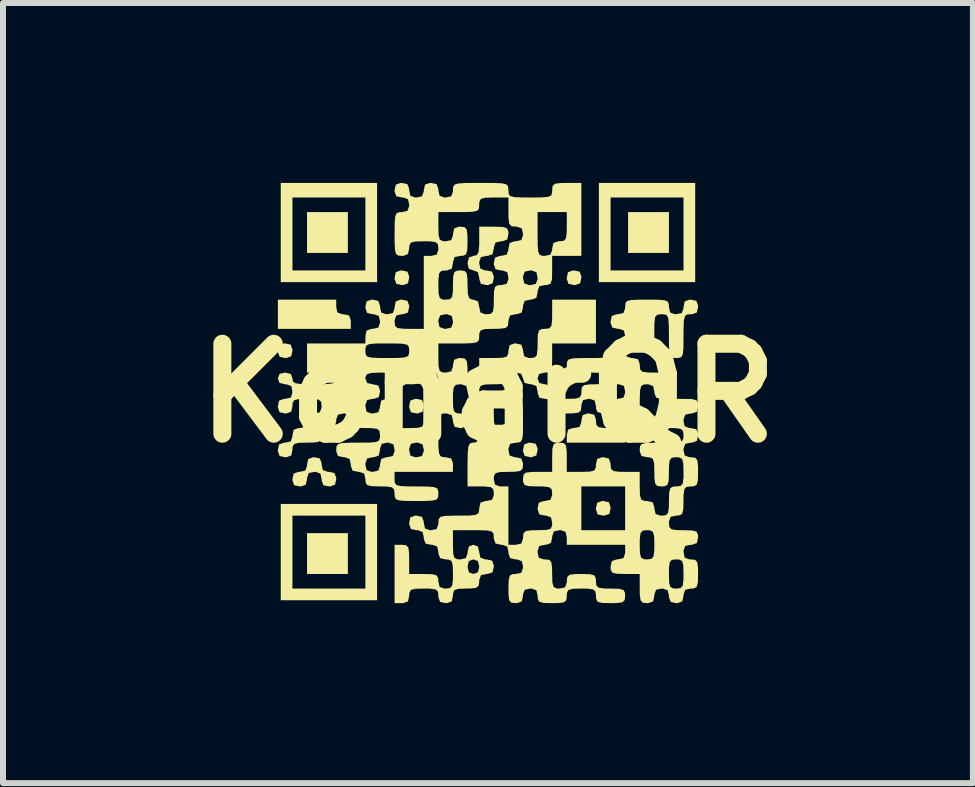
<source format=kicad_pcb>
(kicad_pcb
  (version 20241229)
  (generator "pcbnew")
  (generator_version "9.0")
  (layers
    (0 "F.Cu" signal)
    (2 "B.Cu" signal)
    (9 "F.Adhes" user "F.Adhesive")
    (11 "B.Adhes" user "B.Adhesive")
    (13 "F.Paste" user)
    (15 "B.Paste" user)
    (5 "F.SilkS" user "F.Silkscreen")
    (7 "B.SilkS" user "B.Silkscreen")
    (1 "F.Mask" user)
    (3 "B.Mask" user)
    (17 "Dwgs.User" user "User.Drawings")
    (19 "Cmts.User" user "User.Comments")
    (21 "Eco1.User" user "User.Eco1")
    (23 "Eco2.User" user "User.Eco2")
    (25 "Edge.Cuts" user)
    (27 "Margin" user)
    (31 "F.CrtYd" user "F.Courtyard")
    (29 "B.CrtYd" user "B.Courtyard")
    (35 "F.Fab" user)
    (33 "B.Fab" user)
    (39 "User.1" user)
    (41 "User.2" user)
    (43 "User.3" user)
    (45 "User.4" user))
  (footprint "KonarQR"
    (layer "F.Cu")
    (at 5.086 3.503)
    (property "Reference" "KonarQR" (at 0 0 0) (layer "F.SilkS") (effects (font (size 1.5 1.5) (thickness 0.3))))
    (attr board_only exclude_from_pos_files exclude_from_bom)
    (fp_poly (pts (xy -2.336 -2.676) (xy -2.336 -2.336) (xy -2.676 -2.336) (xy -3.017 -2.336) (xy -3.017 -2.676) (xy -3.017 -3.017) (xy -2.676 -3.017) (xy -2.336 -3.017)) (stroke (width 0) (type solid)) (fill yes) (layer "F.SilkS"))
    (fp_poly (pts (xy -2.336 2.676) (xy -2.336 3.017) (xy -2.676 3.017) (xy -3.017 3.017) (xy -3.017 2.676) (xy -3.017 2.336) (xy -2.676 2.336) (xy -2.336 2.336)) (stroke (width 0) (type solid)) (fill yes) (layer "F.SilkS"))
    (fp_poly (pts (xy 3.017 -2.676) (xy 3.017 -2.336) (xy 2.676 -2.336) (xy 2.336 -2.336) (xy 2.336 -2.676) (xy 2.336 -3.017) (xy 2.676 -3.017) (xy 3.017 -3.017)) (stroke (width 0) (type solid)) (fill yes) (layer "F.SilkS"))
    (fp_poly (pts (xy -3.289 -0.807) (xy -3.261 -0.728) (xy -3.26 -0.706) (xy -3.28 -0.613) (xy -3.359 -0.584) (xy -3.382 -0.584) (xy -3.474 -0.604) (xy -3.503 -0.683) (xy -3.503 -0.706) (xy -3.483 -0.798) (xy -3.404 -0.827) (xy -3.382 -0.827)) (stroke (width 0) (type solid)) (fill yes) (layer "F.SilkS"))
    (fp_poly (pts (xy -1.343 -2.024) (xy -1.314 -1.944) (xy -1.314 -1.922) (xy -1.334 -1.829) (xy -1.413 -1.801) (xy -1.435 -1.8) (xy -1.528 -1.82) (xy -1.557 -1.9) (xy -1.557 -1.922) (xy -1.537 -2.015) (xy -1.458 -2.043) (xy -1.435 -2.044)) (stroke (width 0) (type solid)) (fill yes) (layer "F.SilkS"))
    (fp_poly (pts (xy -1.1 0.117) (xy -1.071 0.197) (xy -1.07 0.219) (xy -1.091 0.312) (xy -1.17 0.34) (xy -1.192 0.341) (xy -1.285 0.321) (xy -1.313 0.241) (xy -1.314 0.219) (xy -1.294 0.126) (xy -1.215 0.098) (xy -1.192 0.097)) (stroke (width 0) (type solid)) (fill yes) (layer "F.SilkS"))
    (fp_poly (pts (xy 0.798 0.847) (xy 0.827 0.926) (xy 0.827 0.949) (xy 0.807 1.041) (xy 0.728 1.07) (xy 0.706 1.07) (xy 0.613 1.05) (xy 0.584 0.971) (xy 0.584 0.949) (xy 0.604 0.856) (xy 0.683 0.828) (xy 0.706 0.827)) (stroke (width 0) (type solid)) (fill yes) (layer "F.SilkS"))
    (fp_poly (pts (xy 1.528 -2.024) (xy 1.557 -1.944) (xy 1.557 -1.922) (xy 1.537 -1.829) (xy 1.458 -1.801) (xy 1.435 -1.8) (xy 1.343 -1.82) (xy 1.314 -1.9) (xy 1.314 -1.922) (xy 1.334 -2.015) (xy 1.413 -2.043) (xy 1.435 -2.044)) (stroke (width 0) (type solid)) (fill yes) (layer "F.SilkS"))
    (fp_poly (pts (xy 2.015 1.82) (xy 2.043 1.9) (xy 2.044 1.922) (xy 2.024 2.015) (xy 1.944 2.043) (xy 1.922 2.044) (xy 1.829 2.024) (xy 1.801 1.944) (xy 1.8 1.922) (xy 1.82 1.829) (xy 1.9 1.801) (xy 1.922 1.8)) (stroke (width 0) (type solid)) (fill yes) (layer "F.SilkS"))
    (fp_poly (pts (xy -2.53 -1.435) (xy -2.51 -1.343) (xy -2.431 -1.314) (xy -2.409 -1.314) (xy -2.316 -1.294) (xy -2.287 -1.215) (xy -2.287 -1.192) (xy -2.287 -1.07) (xy -2.895 -1.07) (xy -3.503 -1.07) (xy -3.503 -1.314) (xy -3.503 -1.557) (xy -3.017 -1.557) (xy -2.53 -1.557)) (stroke (width 0) (type solid)) (fill yes) (layer "F.SilkS"))
    (fp_poly (pts (xy -1.849 2.652) (xy -1.849 3.455) (xy -2.652 3.455) (xy -3.455 3.455) (xy -3.455 2.652) (xy -3.26 2.652) (xy -3.26 3.26) (xy -2.652 3.26) (xy -2.044 3.26) (xy -2.044 2.652) (xy -2.044 2.044) (xy -2.652 2.044) (xy -3.26 2.044) (xy -3.26 2.652) (xy -3.455 2.652) (xy -3.455 1.849) (xy -2.652 1.849) (xy -1.849 1.849)) (stroke (width 0) (type solid)) (fill yes) (layer "F.SilkS"))
    (fp_poly (pts (xy -1.849 -2.676) (xy -1.849 -1.849) (xy -2.652 -1.849) (xy -3.455 -1.849) (xy -3.455 -2.652) (xy -3.26 -2.652) (xy -3.26 -2.044) (xy -2.652 -2.044) (xy -2.044 -2.044) (xy -2.044 -2.652) (xy -2.044 -3.26) (xy -2.652 -3.26) (xy -3.26 -3.26) (xy -3.26 -2.652) (xy -3.455 -2.652) (xy -3.455 -2.676) (xy -3.455 -3.503) (xy -2.652 -3.503) (xy -1.849 -3.503)) (stroke (width 0) (type solid)) (fill yes) (layer "F.SilkS"))
    (fp_poly (pts (xy 3.455 -2.676) (xy 3.455 -1.849) (xy 2.652 -1.849) (xy 1.849 -1.849) (xy 1.849 -2.652) (xy 2.044 -2.652) (xy 2.044 -2.044) (xy 2.652 -2.044) (xy 3.26 -2.044) (xy 3.26 -2.652) (xy 3.26 -3.26) (xy 2.652 -3.26) (xy 2.044 -3.26) (xy 2.044 -2.652) (xy 1.849 -2.652) (xy 1.849 -2.676) (xy 1.849 -3.503) (xy 2.652 -3.503) (xy 3.455 -3.503)) (stroke (width 0) (type solid)) (fill yes) (layer "F.SilkS"))
    (fp_poly (pts (xy 1.771 0.361) (xy 1.8 0.44) (xy 1.8 0.462) (xy 1.808 0.534) (xy 1.849 0.57) (xy 1.946 0.583) (xy 2.044 0.584) (xy 2.188 0.588) (xy 2.26 0.608) (xy 2.285 0.657) (xy 2.287 0.706) (xy 2.287 0.827) (xy 1.8 0.827) (xy 1.314 0.827) (xy 1.314 0.706) (xy 1.334 0.613) (xy 1.413 0.584) (xy 1.435 0.584) (xy 1.528 0.564) (xy 1.557 0.485) (xy 1.557 0.462) (xy 1.577 0.37) (xy 1.656 0.341) (xy 1.679 0.341)) (stroke (width 0) (type solid)) (fill yes) (layer "F.SilkS"))
    (fp_poly (pts (xy -2.803 1.091) (xy -2.774 1.17) (xy -2.774 1.192) (xy -2.753 1.285) (xy -2.674 1.313) (xy -2.652 1.314) (xy -2.559 1.334) (xy -2.531 1.413) (xy -2.53 1.435) (xy -2.55 1.528) (xy -2.629 1.557) (xy -2.652 1.557) (xy -2.745 1.537) (xy -2.773 1.458) (xy -2.774 1.435) (xy -2.794 1.343) (xy -2.873 1.314) (xy -2.895 1.314) (xy -2.988 1.334) (xy -3.016 1.413) (xy -3.017 1.435) (xy -3.037 1.528) (xy -3.116 1.557) (xy -3.139 1.557) (xy -3.231 1.537) (xy -3.26 1.458) (xy -3.26 1.435) (xy -3.24 1.343) (xy -3.161 1.314) (xy -3.139 1.314) (xy -3.046 1.294) (xy -3.017 1.215) (xy -3.017 1.192) (xy -2.997 1.1) (xy -2.918 1.071) (xy -2.895 1.07)) (stroke (width 0) (type solid)) (fill yes) (layer "F.SilkS"))
    (fp_poly (pts (xy 0.242 -2.77) (xy 0.314 -2.749) (xy 0.338 -2.701) (xy 0.341 -2.652) (xy 0.321 -2.559) (xy 0.241 -2.531) (xy 0.219 -2.53) (xy 0.126 -2.51) (xy 0.098 -2.431) (xy 0.097 -2.409) (xy 0.077 -2.316) (xy -0.002 -2.287) (xy -0.024 -2.287) (xy -0.117 -2.267) (xy -0.145 -2.188) (xy -0.146 -2.165) (xy -0.126 -2.073) (xy -0.047 -2.044) (xy -0.024 -2.044) (xy 0.068 -2.024) (xy 0.097 -1.944) (xy 0.097 -1.922) (xy 0.077 -1.829) (xy -0.002 -1.801) (xy -0.024 -1.8) (xy -0.117 -1.82) (xy -0.145 -1.9) (xy -0.146 -1.922) (xy -0.169 -2.017) (xy -0.243 -2.044) (xy -0.32 -2.072) (xy -0.341 -2.165) (xy -0.318 -2.261) (xy -0.243 -2.287) (xy -0.185 -2.3) (xy -0.156 -2.354) (xy -0.146 -2.474) (xy -0.146 -2.53) (xy -0.146 -2.774) (xy 0.097 -2.774)) (stroke (width 0) (type solid)) (fill yes) (layer "F.SilkS"))
    (fp_poly (pts (xy 1.557 -2.895) (xy 1.557 -2.287) (xy 1.314 -2.287) (xy 1.07 -2.287) (xy 1.07 -2.044) (xy 1.067 -1.899) (xy 1.046 -1.827) (xy 0.998 -1.803) (xy 0.949 -1.8) (xy 0.856 -1.78) (xy 0.828 -1.701) (xy 0.827 -1.679) (xy 0.807 -1.586) (xy 0.728 -1.558) (xy 0.706 -1.557) (xy 0.613 -1.537) (xy 0.584 -1.458) (xy 0.584 -1.435) (xy 0.564 -1.343) (xy 0.485 -1.314) (xy 0.462 -1.314) (xy 0.37 -1.294) (xy 0.341 -1.215) (xy 0.341 -1.192) (xy 0.333 -1.12) (xy 0.292 -1.084) (xy 0.195 -1.072) (xy 0.097 -1.07) (xy -0.047 -1.067) (xy -0.119 -1.046) (xy -0.144 -0.998) (xy -0.146 -0.949) (xy -0.151 -0.885) (xy -0.18 -0.849) (xy -0.255 -0.832) (xy -0.396 -0.827) (xy -0.487 -0.827) (xy -0.827 -0.827) (xy -0.827 -0.584) (xy -0.823 -0.44) (xy -0.803 -0.367) (xy -0.754 -0.343) (xy -0.706 -0.341) (xy -0.613 -0.361) (xy -0.584 -0.44) (xy -0.584 -0.462) (xy -0.564 -0.555) (xy -0.485 -0.583) (xy -0.462 -0.584) (xy -0.387 -0.575) (xy -0.352 -0.53) (xy -0.341 -0.424) (xy -0.341 -0.365) (xy -0.334 -0.228) (xy -0.308 -0.163) (xy -0.25 -0.146) (xy -0.243 -0.146) (xy -0.182 -0.16) (xy -0.154 -0.22) (xy -0.146 -0.349) (xy -0.146 -0.365) (xy -0.146 -0.584) (xy 0.097 -0.584) (xy 0.242 -0.588) (xy 0.314 -0.608) (xy 0.338 -0.657) (xy 0.341 -0.706) (xy 0.361 -0.798) (xy 0.44 -0.827) (xy 0.462 -0.827) (xy 0.555 -0.807) (xy 0.583 -0.728) (xy 0.584 -0.706) (xy 0.604 -0.613) (xy 0.683 -0.584) (xy 0.706 -0.584) (xy 0.778 -0.592) (xy 0.814 -0.632) (xy 0.826 -0.73) (xy 0.827 -0.827) (xy 0.831 -0.972) (xy 0.851 -1.044) (xy 0.9 -1.068) (xy 0.949 -1.07) (xy 1.021 -1.078) (xy 1.057 -1.119) (xy 1.069 -1.216) (xy 1.07 -1.314) (xy 1.07 -1.557) (xy 1.435 -1.557) (xy 1.8 -1.557) (xy 1.8 -1.192) (xy 1.8 -0.827) (xy 1.435 -0.827) (xy 1.07 -0.827) (xy 1.07 -0.584) (xy 1.067 -0.44) (xy 1.046 -0.367) (xy 0.998 -0.343) (xy 0.949 -0.341) (xy 0.853 -0.318) (xy 0.827 -0.243) (xy 0.856 -0.167) (xy 0.949 -0.146) (xy 1.041 -0.126) (xy 1.07 -0.047) (xy 1.07 -0.024) (xy 1.078 0.048) (xy 1.119 0.084) (xy 1.216 0.096) (xy 1.314 0.097) (xy 1.458 0.093) (xy 1.53 0.073) (xy 1.555 0.024) (xy 1.557 -0.024) (xy 2.044 -0.024) (xy 2.064 0.068) (xy 2.143 0.097) (xy 2.165 0.097) (xy 2.258 0.077) (xy 2.286 -0.002) (xy 2.287 -0.024) (xy 2.267 -0.117) (xy 2.188 -0.145) (xy 2.165 -0.146) (xy 2.073 -0.126) (xy 2.044 -0.047) (xy 2.044 -0.024) (xy 1.557 -0.024) (xy 1.565 -0.097) (xy 1.605 -0.133) (xy 1.703 -0.145) (xy 1.8 -0.146) (xy 1.946 -0.151) (xy 2.019 -0.173) (xy 2.043 -0.221) (xy 2.044 -0.243) (xy 2.035 -0.293) (xy 1.996 -0.322) (xy 1.906 -0.336) (xy 1.744 -0.34) (xy 1.679 -0.341) (xy 1.493 -0.342) (xy 1.384 -0.351) (xy 1.332 -0.375) (xy 1.315 -0.42) (xy 1.314 -0.462) (xy 1.318 -0.524) (xy 1.346 -0.56) (xy 1.416 -0.578) (xy 1.551 -0.583) (xy 1.679 -0.584) (xy 1.864 -0.585) (xy 1.973 -0.595) (xy 2.026 -0.618) (xy 2.042 -0.663) (xy 2.044 -0.706) (xy 2.064 -0.798) (xy 2.143 -0.827) (xy 2.165 -0.827) (xy 2.258 -0.847) (xy 2.286 -0.926) (xy 2.287 -0.949) (xy 2.267 -1.041) (xy 2.188 -1.07) (xy 2.165 -1.07) (xy 2.073 -1.091) (xy 2.044 -1.17) (xy 2.044 -1.192) (xy 2.064 -1.285) (xy 2.143 -1.313) (xy 2.165 -1.314) (xy 2.258 -1.334) (xy 2.286 -1.413) (xy 2.287 -1.435) (xy 2.292 -1.497) (xy 2.319 -1.534) (xy 2.389 -1.551) (xy 2.524 -1.557) (xy 2.652 -1.557) (xy 2.838 -1.556) (xy 2.946 -1.546) (xy 2.999 -1.523) (xy 3.016 -1.478) (xy 3.017 -1.435) (xy 3.037 -1.343) (xy 3.116 -1.314) (xy 3.139 -1.314) (xy 3.231 -1.334) (xy 3.26 -1.413) (xy 3.26 -1.435) (xy 3.28 -1.528) (xy 3.359 -1.557) (xy 3.382 -1.557) (xy 3.474 -1.537) (xy 3.503 -1.458) (xy 3.503 -1.435) (xy 3.483 -1.343) (xy 3.404 -1.314) (xy 3.382 -1.314) (xy 3.32 -1.309) (xy 3.284 -1.282) (xy 3.266 -1.211) (xy 3.261 -1.077) (xy 3.26 -0.949) (xy 3.259 -0.763) (xy 3.25 -0.654) (xy 3.226 -0.602) (xy 3.181 -0.585) (xy 3.139 -0.584) (xy 3.077 -0.588) (xy 3.04 -0.616) (xy 3.023 -0.686) (xy 3.017 -0.821) (xy 3.017 -0.949) (xy 3.015 -1.134) (xy 3.006 -1.243) (xy 2.983 -1.296) (xy 2.938 -1.312) (xy 2.895 -1.314) (xy 2.823 -1.306) (xy 2.787 -1.266) (xy 2.775 -1.168) (xy 2.774 -1.07) (xy 2.774 -0.827) (xy 2.53 -0.827) (xy 2.386 -0.823) (xy 2.314 -0.803) (xy 2.289 -0.754) (xy 2.287 -0.706) (xy 2.307 -0.613) (xy 2.386 -0.584) (xy 2.409 -0.584) (xy 2.501 -0.564) (xy 2.53 -0.485) (xy 2.53 -0.462) (xy 2.538 -0.39) (xy 2.578 -0.354) (xy 2.676 -0.342) (xy 2.774 -0.341) (xy 3.017 -0.341) (xy 3.017 -0.122) (xy 3.017 0.097) (xy 3.26 0.097) (xy 3.405 0.101) (xy 3.477 0.121) (xy 3.501 0.17) (xy 3.503 0.219) (xy 3.483 0.312) (xy 3.404 0.34) (xy 3.382 0.341) (xy 3.289 0.361) (xy 3.261 0.44) (xy 3.26 0.462) (xy 3.28 0.555) (xy 3.359 0.583) (xy 3.382 0.584) (xy 3.474 0.604) (xy 3.503 0.683) (xy 3.503 0.706) (xy 3.483 0.798) (xy 3.404 0.827) (xy 3.382 0.827) (xy 3.289 0.847) (xy 3.261 0.926) (xy 3.26 0.949) (xy 3.28 1.041) (xy 3.359 1.07) (xy 3.382 1.07) (xy 3.454 1.078) (xy 3.49 1.119) (xy 3.502 1.216) (xy 3.503 1.314) (xy 3.5 1.458) (xy 3.479 1.53) (xy 3.431 1.555) (xy 3.382 1.557) (xy 3.31 1.565) (xy 3.274 1.605) (xy 3.261 1.703) (xy 3.26 1.8) (xy 3.256 1.945) (xy 3.236 2.017) (xy 3.187 2.041) (xy 3.139 2.044) (xy 3.046 2.064) (xy 3.017 2.143) (xy 3.017 2.165) (xy 3.025 2.238) (xy 3.065 2.274) (xy 3.163 2.286) (xy 3.26 2.287) (xy 3.405 2.291) (xy 3.477 2.311) (xy 3.501 2.36) (xy 3.503 2.409) (xy 3.483 2.501) (xy 3.404 2.53) (xy 3.382 2.53) (xy 3.289 2.55) (xy 3.261 2.629) (xy 3.26 2.652) (xy 3.28 2.745) (xy 3.359 2.773) (xy 3.382 2.774) (xy 3.454 2.781) (xy 3.49 2.822) (xy 3.502 2.919) (xy 3.503 3.017) (xy 3.5 3.161) (xy 3.479 3.233) (xy 3.431 3.258) (xy 3.382 3.26) (xy 3.289 3.28) (xy 3.261 3.359) (xy 3.26 3.382) (xy 3.24 3.474) (xy 3.161 3.503) (xy 3.139 3.503) (xy 3.046 3.483) (xy 3.017 3.404) (xy 3.017 3.382) (xy 2.997 3.289) (xy 2.918 3.261) (xy 2.895 3.26) (xy 2.803 3.28) (xy 2.774 3.359) (xy 2.774 3.382) (xy 2.753 3.474) (xy 2.674 3.503) (xy 2.652 3.503) (xy 2.58 3.496) (xy 2.544 3.455) (xy 2.531 3.358) (xy 2.53 3.26) (xy 2.53 3.017) (xy 3.017 3.017) (xy 3.021 3.161) (xy 3.041 3.233) (xy 3.09 3.258) (xy 3.139 3.26) (xy 3.211 3.252) (xy 3.247 3.212) (xy 3.259 3.114) (xy 3.26 3.017) (xy 3.256 2.872) (xy 3.236 2.8) (xy 3.187 2.776) (xy 3.139 2.774) (xy 3.066 2.781) (xy 3.03 2.822) (xy 3.018 2.919) (xy 3.017 3.017) (xy 2.53 3.017) (xy 2.287 3.017) (xy 2.143 3.013) (xy 2.071 2.993) (xy 2.046 2.944) (xy 2.044 2.895) (xy 2.064 2.803) (xy 2.143 2.774) (xy 2.165 2.774) (xy 2.258 2.753) (xy 2.286 2.674) (xy 2.287 2.652) (xy 2.287 2.53) (xy 2.53 2.53) (xy 2.534 2.675) (xy 2.554 2.747) (xy 2.603 2.771) (xy 2.652 2.774) (xy 2.724 2.766) (xy 2.76 2.725) (xy 2.772 2.628) (xy 2.774 2.53) (xy 2.77 2.386) (xy 2.749 2.314) (xy 2.701 2.289) (xy 2.652 2.287) (xy 2.58 2.295) (xy 2.544 2.335) (xy 2.531 2.433) (xy 2.53 2.53) (xy 2.287 2.53) (xy 1.8 2.53) (xy 1.314 2.53) (xy 1.314 2.409) (xy 1.294 2.316) (xy 1.215 2.287) (xy 1.192 2.287) (xy 1.1 2.307) (xy 1.071 2.386) (xy 1.07 2.409) (xy 1.05 2.501) (xy 0.971 2.53) (xy 0.949 2.53) (xy 0.856 2.55) (xy 0.828 2.629) (xy 0.827 2.652) (xy 0.847 2.745) (xy 0.926 2.773) (xy 0.949 2.774) (xy 1.021 2.781) (xy 1.057 2.822) (xy 1.069 2.919) (xy 1.07 3.017) (xy 1.074 3.161) (xy 1.095 3.233) (xy 1.143 3.258) (xy 1.192 3.26) (xy 1.285 3.24) (xy 1.313 3.161) (xy 1.314 3.139) (xy 1.322 3.066) (xy 1.362 3.03) (xy 1.459 3.018) (xy 1.557 3.017) (xy 1.701 3.021) (xy 1.774 3.041) (xy 1.798 3.09) (xy 1.8 3.139) (xy 1.808 3.211) (xy 1.849 3.247) (xy 1.946 3.259) (xy 2.044 3.26) (xy 2.188 3.264) (xy 2.26 3.284) (xy 2.285 3.333) (xy 2.287 3.382) (xy 2.279 3.454) (xy 2.239 3.49) (xy 2.141 3.502) (xy 2.044 3.503) (xy 1.899 3.5) (xy 1.827 3.479) (xy 1.803 3.431) (xy 1.8 3.382) (xy 1.792 3.31) (xy 1.752 3.274) (xy 1.655 3.261) (xy 1.557 3.26) (xy 1.413 3.264) (xy 1.341 3.284) (xy 1.316 3.333) (xy 1.314 3.382) (xy 1.306 3.454) (xy 1.266 3.49) (xy 1.168 3.502) (xy 1.07 3.503) (xy 0.926 3.5) (xy 0.854 3.479) (xy 0.83 3.431) (xy 0.827 3.382) (xy 0.807 3.289) (xy 0.728 3.261) (xy 0.706 3.26) (xy 0.613 3.28) (xy 0.584 3.359) (xy 0.584 3.382) (xy 0.564 3.474) (xy 0.485 3.503) (xy 0.462 3.503) (xy 0.39 3.496) (xy 0.354 3.455) (xy 0.342 3.358) (xy 0.341 3.26) (xy 0.345 3.116) (xy 0.365 3.044) (xy 0.413 3.019) (xy 0.462 3.017) (xy 0.555 2.997) (xy 0.583 2.918) (xy 0.584 2.895) (xy 0.564 2.803) (xy 0.485 2.774) (xy 0.462 2.774) (xy 0.37 2.753) (xy 0.341 2.674) (xy 0.341 2.652) (xy 0.321 2.559) (xy 0.241 2.531) (xy 0.219 2.53) (xy 0.126 2.51) (xy 0.098 2.431) (xy 0.097 2.409) (xy 0.092 2.345) (xy 0.063 2.309) (xy -0.011 2.292) (xy -0.152 2.287) (xy -0.243 2.287) (xy -0.584 2.287) (xy -0.584 2.53) (xy -0.58 2.675) (xy -0.56 2.747) (xy -0.511 2.771) (xy -0.462 2.774) (xy -0.37 2.753) (xy -0.341 2.674) (xy -0.341 2.652) (xy -0.318 2.557) (xy -0.243 2.53) (xy -0.167 2.559) (xy -0.146 2.652) (xy -0.126 2.745) (xy -0.047 2.773) (xy -0.024 2.774) (xy 0.068 2.794) (xy 0.097 2.873) (xy 0.097 2.895) (xy 0.077 2.988) (xy -0.002 3.016) (xy -0.024 3.017) (xy -0.117 3.037) (xy -0.145 3.116) (xy -0.146 3.139) (xy -0.155 3.214) (xy -0.2 3.249) (xy -0.306 3.26) (xy -0.365 3.26) (xy -0.5 3.265) (xy -0.564 3.29) (xy -0.583 3.349) (xy -0.584 3.382) (xy -0.604 3.474) (xy -0.683 3.503) (xy -0.706 3.503) (xy -0.798 3.483) (xy -0.827 3.404) (xy -0.827 3.382) (xy -0.835 3.31) (xy -0.875 3.274) (xy -0.973 3.261) (xy -1.07 3.26) (xy -1.215 3.264) (xy -1.287 3.284) (xy -1.311 3.333) (xy -1.314 3.382) (xy -1.334 3.474) (xy -1.413 3.503) (xy -1.435 3.503) (xy -1.557 3.503) (xy -1.557 3.017) (xy -1.557 2.53) (xy -1.435 2.53) (xy -1.363 2.538) (xy -1.327 2.578) (xy -1.315 2.676) (xy -1.314 2.774) (xy -1.314 3.017) (xy -1.07 3.017) (xy -0.926 3.021) (xy -0.854 3.041) (xy -0.83 3.09) (xy -0.827 3.139) (xy -0.807 3.231) (xy -0.728 3.26) (xy -0.706 3.26) (xy -0.633 3.252) (xy -0.597 3.212) (xy -0.585 3.114) (xy -0.584 3.017) (xy -0.587 2.895) (xy -0.341 2.895) (xy -0.318 2.991) (xy -0.243 3.017) (xy -0.167 2.988) (xy -0.146 2.895) (xy -0.169 2.8) (xy -0.243 2.774) (xy -0.32 2.802) (xy -0.341 2.895) (xy -0.587 2.895) (xy -0.588 2.872) (xy -0.608 2.8) (xy -0.657 2.776) (xy -0.706 2.774) (xy -0.798 2.753) (xy -0.827 2.674) (xy -0.827 2.652) (xy -0.847 2.559) (xy -0.926 2.531) (xy -0.949 2.53) (xy -1.041 2.51) (xy -1.07 2.431) (xy -1.07 2.409) (xy -1.091 2.316) (xy -1.17 2.287) (xy -1.192 2.287) (xy -1.285 2.267) (xy -1.313 2.188) (xy -1.314 2.165) (xy -1.294 2.073) (xy -1.215 2.044) (xy -1.192 2.044) (xy -1.1 2.064) (xy -1.071 2.143) (xy -1.07 2.165) (xy -1.05 2.258) (xy -0.971 2.286) (xy -0.949 2.287) (xy -0.856 2.267) (xy -0.828 2.188) (xy -0.827 2.165) (xy -0.822 2.102) (xy -0.793 2.065) (xy -0.719 2.049) (xy -0.577 2.044) (xy -0.487 2.044) (xy -0.309 2.042) (xy -0.207 2.031) (xy -0.16 2.005) (xy -0.147 1.954) (xy -0.146 1.922) (xy -0.126 1.829) (xy -0.047 1.801) (xy -0.024 1.8) (xy 0.068 1.78) (xy 0.097 1.701) (xy 0.097 1.679) (xy 0.088 1.604) (xy 0.044 1.568) (xy -0.063 1.558) (xy -0.122 1.557) (xy -0.341 1.557) (xy -0.341 1.192) (xy -0.338 1.006) (xy -0.328 0.896) (xy -0.304 0.844) (xy -0.261 0.828) (xy -0.243 0.827) (xy -0.194 0.819) (xy -0.164 0.779) (xy -0.15 0.689) (xy -0.146 0.528) (xy -0.146 0.462) (xy -0.148 0.276) (xy -0.159 0.166) (xy -0.183 0.114) (xy -0.226 0.098) (xy -0.243 0.097) (xy -0.32 0.069) (xy -0.341 -0.024) (xy -0.146 -0.024) (xy -0.126 0.068) (xy -0.047 0.097) (xy -0.024 0.097) (xy 0.048 0.105) (xy 0.084 0.145) (xy 0.096 0.243) (xy 0.097 0.341) (xy 0.101 0.485) (xy 0.121 0.557) (xy 0.17 0.582) (xy 0.219 0.584) (xy 0.291 0.576) (xy 0.327 0.536) (xy 0.339 0.438) (xy 0.341 0.341) (xy 0.345 0.196) (xy 0.365 0.124) (xy 0.413 0.1) (xy 0.462 0.097) (xy 0.524 0.102) (xy 0.56 0.129) (xy 0.578 0.2) (xy 0.583 0.334) (xy 0.584 0.462) (xy 0.582 0.648) (xy 0.573 0.757) (xy 0.55 0.809) (xy 0.505 0.826) (xy 0.462 0.827) (xy 0.37 0.847) (xy 0.341 0.926) (xy 0.341 0.949) (xy 0.361 1.041) (xy 0.44 1.07) (xy 0.462 1.07) (xy 0.555 1.091) (xy 0.583 1.17) (xy 0.584 1.192) (xy 0.576 1.264) (xy 0.536 1.3) (xy 0.438 1.313) (xy 0.341 1.314) (xy 0.196 1.318) (xy 0.124 1.338) (xy 0.1 1.387) (xy 0.097 1.435) (xy 0.117 1.528) (xy 0.197 1.557) (xy 0.219 1.557) (xy 0.341 1.557) (xy 0.341 2.044) (xy 0.341 2.53) (xy 0.462 2.53) (xy 0.555 2.51) (xy 0.583 2.431) (xy 0.584 2.409) (xy 0.592 2.336) (xy 0.632 2.3) (xy 0.73 2.288) (xy 0.827 2.287) (xy 0.972 2.283) (xy 1.044 2.263) (xy 1.068 2.214) (xy 1.07 2.165) (xy 1.05 2.073) (xy 0.971 2.044) (xy 0.949 2.044) (xy 0.856 2.024) (xy 0.828 1.944) (xy 0.827 1.922) (xy 1.557 1.922) (xy 1.557 2.287) (xy 1.922 2.287) (xy 2.287 2.287) (xy 2.287 1.922) (xy 2.287 1.557) (xy 1.922 1.557) (xy 1.557 1.557) (xy 1.557 1.922) (xy 0.827 1.922) (xy 0.847 1.829) (xy 0.926 1.801) (xy 0.949 1.8) (xy 1.041 1.78) (xy 1.07 1.701) (xy 1.07 1.679) (xy 1.063 1.607) (xy 1.022 1.571) (xy 0.925 1.558) (xy 0.827 1.557) (xy 0.683 1.553) (xy 0.611 1.533) (xy 0.586 1.484) (xy 0.584 1.435) (xy 0.592 1.363) (xy 0.632 1.327) (xy 0.73 1.315) (xy 0.827 1.314) (xy 1.07 1.314) (xy 1.07 1.07) (xy 1.074 0.926) (xy 1.095 0.854) (xy 1.143 0.83) (xy 1.192 0.827) (xy 1.264 0.835) (xy 1.3 0.875) (xy 1.313 0.973) (xy 1.314 1.07) (xy 1.314 1.314) (xy 1.557 1.314) (xy 1.701 1.31) (xy 1.774 1.29) (xy 1.798 1.241) (xy 1.8 1.192) (xy 1.82 1.1) (xy 1.9 1.071) (xy 1.922 1.07) (xy 2.015 1.091) (xy 2.043 1.17) (xy 2.044 1.192) (xy 2.052 1.264) (xy 2.092 1.3) (xy 2.189 1.313) (xy 2.287 1.314) (xy 2.53 1.314) (xy 2.53 1.557) (xy 2.534 1.701) (xy 2.554 1.774) (xy 2.603 1.798) (xy 2.652 1.8) (xy 2.745 1.82) (xy 2.773 1.9) (xy 2.774 1.922) (xy 2.794 2.015) (xy 2.873 2.043) (xy 2.895 2.044) (xy 2.967 2.036) (xy 3.003 1.996) (xy 3.016 1.898) (xy 3.017 1.8) (xy 3.021 1.656) (xy 3.041 1.584) (xy 3.09 1.559) (xy 3.139 1.557) (xy 3.211 1.549) (xy 3.247 1.509) (xy 3.259 1.411) (xy 3.26 1.314) (xy 3.256 1.169) (xy 3.236 1.097) (xy 3.187 1.073) (xy 3.139 1.07) (xy 3.066 1.078) (xy 3.03 1.119) (xy 3.018 1.216) (xy 3.017 1.314) (xy 3.013 1.458) (xy 2.993 1.53) (xy 2.944 1.555) (xy 2.895 1.557) (xy 2.823 1.549) (xy 2.787 1.509) (xy 2.775 1.411) (xy 2.774 1.314) (xy 2.77 1.169) (xy 2.749 1.097) (xy 2.701 1.073) (xy 2.652 1.07) (xy 2.559 1.05) (xy 2.531 0.971) (xy 2.53 0.949) (xy 2.535 0.887) (xy 2.562 0.851) (xy 2.633 0.833) (xy 2.767 0.828) (xy 2.895 0.827) (xy 3.081 0.826) (xy 3.19 0.817) (xy 3.242 0.793) (xy 3.259 0.748) (xy 3.26 0.706) (xy 3.252 0.633) (xy 3.212 0.597) (xy 3.114 0.585) (xy 3.017 0.584) (xy 2.872 0.58) (xy 2.8 0.56) (xy 2.776 0.511) (xy 2.774 0.462) (xy 2.794 0.37) (xy 2.873 0.341) (xy 2.895 0.341) (xy 2.988 0.321) (xy 3.016 0.241) (xy 3.017 0.219) (xy 2.997 0.126) (xy 2.918 0.098) (xy 2.895 0.097) (xy 2.803 0.077) (xy 2.774 -0.002) (xy 2.774 -0.024) (xy 2.753 -0.117) (xy 2.674 -0.145) (xy 2.652 -0.146) (xy 2.59 -0.141) (xy 2.554 -0.114) (xy 2.536 -0.044) (xy 2.531 0.091) (xy 2.53 0.219) (xy 2.529 0.405) (xy 2.52 0.513) (xy 2.496 0.566) (xy 2.451 0.583) (xy 2.409 0.584) (xy 2.316 0.564) (xy 2.287 0.485) (xy 2.287 0.462) (xy 2.279 0.39) (xy 2.239 0.354) (xy 2.141 0.342) (xy 2.044 0.341) (xy 1.899 0.337) (xy 1.827 0.317) (xy 1.803 0.268) (xy 1.8 0.219) (xy 1.78 0.126) (xy 1.701 0.098) (xy 1.679 0.097) (xy 1.586 0.117) (xy 1.558 0.197) (xy 1.557 0.219) (xy 1.549 0.291) (xy 1.509 0.327) (xy 1.411 0.339) (xy 1.314 0.341) (xy 1.169 0.337) (xy 1.097 0.317) (xy 1.073 0.268) (xy 1.07 0.219) (xy 1.05 0.126) (xy 0.971 0.098) (xy 0.949 0.097) (xy 0.856 0.077) (xy 0.828 -0.002) (xy 0.827 -0.024) (xy 0.807 -0.117) (xy 0.728 -0.145) (xy 0.706 -0.146) (xy 0.61 -0.169) (xy 0.584 -0.243) (xy 0.555 -0.32) (xy 0.462 -0.341) (xy 0.367 -0.318) (xy 0.341 -0.243) (xy 0.328 -0.185) (xy 0.273 -0.156) (xy 0.154 -0.146) (xy 0.097 -0.146) (xy -0.047 -0.142) (xy -0.119 -0.122) (xy -0.144 -0.073) (xy -0.146 -0.024) (xy -0.341 -0.024) (xy -0.361 -0.117) (xy -0.44 -0.145) (xy -0.462 -0.146) (xy -0.534 -0.138) (xy -0.57 -0.098) (xy -0.583 -0.000322) (xy -0.584 0.097) (xy -0.58 0.242) (xy -0.56 0.314) (xy -0.511 0.338) (xy -0.462 0.341) (xy -0.37 0.361) (xy -0.341 0.44) (xy -0.341 0.462) (xy -0.361 0.555) (xy -0.44 0.583) (xy -0.462 0.584) (xy -0.555 0.564) (xy -0.583 0.485) (xy -0.584 0.462) (xy -0.604 0.37) (xy -0.683 0.341) (xy -0.706 0.341) (xy -0.767 0.345) (xy -0.804 0.372) (xy -0.821 0.443) (xy -0.827 0.577) (xy -0.827 0.706) (xy -0.826 0.891) (xy -0.817 1) (xy -0.793 1.052) (xy -0.748 1.069) (xy -0.706 1.07) (xy -0.613 1.091) (xy -0.584 1.17) (xy -0.584 1.192) (xy -0.584 1.314) (xy -1.07 1.314) (xy -1.557 1.314) (xy -1.557 1.435) (xy -1.553 1.497) (xy -1.525 1.534) (xy -1.455 1.551) (xy -1.32 1.557) (xy -1.192 1.557) (xy -1.007 1.559) (xy -0.898 1.568) (xy -0.845 1.591) (xy -0.829 1.636) (xy -0.827 1.679) (xy -0.832 1.741) (xy -0.859 1.777) (xy -0.93 1.794) (xy -1.064 1.8) (xy -1.192 1.8) (xy -1.378 1.799) (xy -1.487 1.79) (xy -1.539 1.766) (xy -1.556 1.721) (xy -1.557 1.679) (xy -1.565 1.607) (xy -1.605 1.571) (xy -1.703 1.558) (xy -1.8 1.557) (xy -1.945 1.553) (xy -2.017 1.533) (xy -2.041 1.484) (xy -2.044 1.435) (xy -2.064 1.343) (xy -2.143 1.314) (xy -2.165 1.314) (xy -2.258 1.294) (xy -2.286 1.215) (xy -2.287 1.192) (xy -2.044 1.192) (xy -2.024 1.285) (xy -1.944 1.313) (xy -1.922 1.314) (xy -1.829 1.294) (xy -1.801 1.215) (xy -1.8 1.192) (xy -1.78 1.1) (xy -1.701 1.071) (xy -1.679 1.07) (xy -1.586 1.05) (xy -1.558 0.971) (xy -1.557 0.949) (xy -1.314 0.949) (xy -1.294 1.041) (xy -1.215 1.07) (xy -1.192 1.07) (xy -1.1 1.05) (xy -1.071 0.971) (xy -1.07 0.949) (xy -1.091 0.856) (xy -1.17 0.828) (xy -1.192 0.827) (xy -1.285 0.847) (xy -1.313 0.926) (xy -1.314 0.949) (xy -1.557 0.949) (xy -1.577 0.856) (xy -1.656 0.828) (xy -1.679 0.827) (xy -1.771 0.847) (xy -1.8 0.926) (xy -1.8 0.949) (xy -1.82 1.041) (xy -1.9 1.07) (xy -1.922 1.07) (xy -2.015 1.091) (xy -2.043 1.17) (xy -2.044 1.192) (xy -2.287 1.192) (xy -2.307 1.1) (xy -2.386 1.071) (xy -2.409 1.07) (xy -2.501 1.05) (xy -2.53 0.971) (xy -2.53 0.949) (xy -2.526 0.887) (xy -2.498 0.851) (xy -2.428 0.833) (xy -2.294 0.828) (xy -2.165 0.827) (xy -1.98 0.826) (xy -1.871 0.817) (xy -1.818 0.793) (xy -1.802 0.748) (xy -1.8 0.706) (xy -1.808 0.633) (xy -1.849 0.597) (xy -1.946 0.585) (xy -2.044 0.584) (xy -2.188 0.58) (xy -2.26 0.56) (xy -2.285 0.511) (xy -2.287 0.462) (xy -2.307 0.37) (xy -2.386 0.341) (xy -2.409 0.341) (xy -2.501 0.361) (xy -2.53 0.44) (xy -2.53 0.462) (xy -2.55 0.555) (xy -2.629 0.583) (xy -2.652 0.584) (xy -2.745 0.604) (xy -2.773 0.683) (xy -2.774 0.706) (xy -2.781 0.778) (xy -2.822 0.814) (xy -2.919 0.826) (xy -3.017 0.827) (xy -3.161 0.831) (xy -3.233 0.851) (xy -3.258 0.9) (xy -3.26 0.949) (xy -3.28 1.041) (xy -3.359 1.07) (xy -3.382 1.07) (xy -3.474 1.05) (xy -3.503 0.971) (xy -3.503 0.949) (xy -3.483 0.856) (xy -3.404 0.828) (xy -3.382 0.827) (xy -3.289 0.807) (xy -3.261 0.728) (xy -3.26 0.706) (xy -3.24 0.613) (xy -3.161 0.584) (xy -3.139 0.584) (xy -3.046 0.564) (xy -3.017 0.485) (xy -3.017 0.462) (xy -2.997 0.37) (xy -2.918 0.341) (xy -2.895 0.341) (xy -2.803 0.321) (xy -2.774 0.241) (xy -2.774 0.219) (xy -2.781 0.147) (xy -2.822 0.111) (xy -2.919 0.098) (xy -3.017 0.097) (xy -3.161 0.101) (xy -3.233 0.121) (xy -3.258 0.17) (xy -3.26 0.219) (xy -3.28 0.312) (xy -3.359 0.34) (xy -3.382 0.341) (xy -3.474 0.321) (xy -3.503 0.241) (xy -3.503 0.219) (xy -3.483 0.126) (xy -3.404 0.098) (xy -3.382 0.097) (xy -3.289 0.077) (xy -3.261 -0.002) (xy -3.26 -0.024) (xy -3.28 -0.117) (xy -3.359 -0.145) (xy -3.382 -0.146) (xy -3.477 -0.169) (xy -3.503 -0.243) (xy -3.475 -0.32) (xy -3.382 -0.341) (xy -3.286 -0.318) (xy -3.26 -0.243) (xy -3.252 -0.194) (xy -3.212 -0.164) (xy -3.122 -0.15) (xy -2.961 -0.146) (xy -2.895 -0.146) (xy -2.709 -0.148) (xy -2.599 -0.159) (xy -2.547 -0.183) (xy -2.531 -0.226) (xy -2.53 -0.243) (xy -2.044 -0.243) (xy -2.015 -0.167) (xy -1.922 -0.146) (xy -1.829 -0.126) (xy -1.801 -0.047) (xy -1.8 -0.024) (xy -1.82 0.068) (xy -1.9 0.097) (xy -1.922 0.097) (xy -2.015 0.117) (xy -2.043 0.197) (xy -2.044 0.219) (xy -2.024 0.312) (xy -1.944 0.34) (xy -1.922 0.341) (xy -1.829 0.321) (xy -1.801 0.241) (xy -1.8 0.219) (xy -1.78 0.126) (xy -1.701 0.098) (xy -1.679 0.097) (xy -1.607 0.105) (xy -1.571 0.145) (xy -1.558 0.243) (xy -1.557 0.341) (xy -1.557 0.584) (xy -1.314 0.584) (xy -1.169 0.58) (xy -1.097 0.56) (xy -1.073 0.511) (xy -1.07 0.462) (xy -1.05 0.37) (xy -0.971 0.341) (xy -0.949 0.341) (xy -0.856 0.321) (xy -0.828 0.241) (xy -0.827 0.219) (xy -0.847 0.126) (xy -0.926 0.098) (xy -0.949 0.097) (xy -1.041 0.077) (xy -1.07 -0.002) (xy -1.07 -0.024) (xy -1.05 -0.117) (xy -0.971 -0.145) (xy -0.949 -0.146) (xy -0.853 -0.169) (xy -0.827 -0.243) (xy -0.856 -0.32) (xy -0.949 -0.341) (xy -1.044 -0.318) (xy -1.07 -0.243) (xy -1.083 -0.185) (xy -1.138 -0.156) (xy -1.258 -0.146) (xy -1.314 -0.146) (xy -1.46 -0.151) (xy -1.533 -0.173) (xy -1.556 -0.221) (xy -1.557 -0.243) (xy -1.57 -0.302) (xy -1.624 -0.331) (xy -1.744 -0.34) (xy -1.8 -0.341) (xy -1.946 -0.335) (xy -2.019 -0.314) (xy -2.043 -0.266) (xy -2.044 -0.243) (xy -2.53 -0.243) (xy -2.543 -0.302) (xy -2.597 -0.331) (xy -2.717 -0.34) (xy -2.774 -0.341) (xy -3.017 -0.341) (xy -3.017 -0.584) (xy -3.017 -0.706) (xy -2.044 -0.706) (xy -2.039 -0.644) (xy -2.012 -0.607) (xy -1.941 -0.59) (xy -1.807 -0.584) (xy -1.679 -0.584) (xy -1.493 -0.585) (xy -1.384 -0.595) (xy -1.332 -0.618) (xy -1.315 -0.663) (xy -1.314 -0.706) (xy -1.318 -0.767) (xy -1.346 -0.804) (xy -1.416 -0.821) (xy -1.551 -0.827) (xy -1.679 -0.827) (xy -1.864 -0.826) (xy -1.973 -0.817) (xy -2.026 -0.793) (xy -2.042 -0.748) (xy -2.044 -0.706) (xy -3.017 -0.706) (xy -3.017 -0.827) (xy -2.53 -0.827) (xy -2.044 -0.827) (xy -2.044 -0.949) (xy -2.024 -1.041) (xy -1.944 -1.07) (xy -1.922 -1.07) (xy -1.829 -1.091) (xy -1.801 -1.17) (xy -1.8 -1.192) (xy -1.82 -1.285) (xy -1.9 -1.313) (xy -1.922 -1.314) (xy -2.015 -1.334) (xy -2.043 -1.413) (xy -2.044 -1.435) (xy -2.024 -1.528) (xy -1.944 -1.557) (xy -1.922 -1.557) (xy -1.829 -1.537) (xy -1.801 -1.458) (xy -1.8 -1.435) (xy -1.78 -1.343) (xy -1.701 -1.314) (xy -1.679 -1.314) (xy -1.586 -1.334) (xy -1.558 -1.413) (xy -1.557 -1.435) (xy -1.537 -1.528) (xy -1.458 -1.557) (xy -1.435 -1.557) (xy -1.343 -1.537) (xy -1.314 -1.458) (xy -1.314 -1.435) (xy -1.334 -1.343) (xy -1.413 -1.314) (xy -1.435 -1.314) (xy -1.528 -1.294) (xy -1.557 -1.215) (xy -1.557 -1.192) (xy -1.549 -1.12) (xy -1.509 -1.084) (xy -1.411 -1.072) (xy -1.314 -1.07) (xy -1.07 -1.07) (xy -1.07 -1.192) (xy -0.827 -1.192) (xy -0.807 -1.1) (xy -0.728 -1.071) (xy -0.706 -1.07) (xy -0.613 -1.091) (xy -0.584 -1.17) (xy -0.584 -1.192) (xy -0.604 -1.285) (xy -0.683 -1.313) (xy -0.706 -1.314) (xy -0.798 -1.294) (xy -0.827 -1.215) (xy -0.827 -1.192) (xy -1.07 -1.192) (xy -1.07 -1.679) (xy -1.07 -2.287) (xy -0.949 -2.287) (xy -0.856 -2.307) (xy -0.828 -2.386) (xy -0.827 -2.409) (xy -0.835 -2.481) (xy -0.875 -2.517) (xy -0.973 -2.529) (xy -1.07 -2.53) (xy -1.215 -2.526) (xy -1.287 -2.506) (xy -1.311 -2.457) (xy -1.314 -2.409) (xy -1.334 -2.316) (xy -1.413 -2.287) (xy -1.435 -2.287) (xy -1.497 -2.292) (xy -1.534 -2.319) (xy -1.551 -2.389) (xy -1.557 -2.524) (xy -1.557 -2.652) (xy -1.556 -2.838) (xy -1.546 -2.946) (xy -1.523 -2.999) (xy -1.478 -3.016) (xy -1.435 -3.017) (xy -0.827 -3.017) (xy -0.827 -2.774) (xy -0.823 -2.629) (xy -0.803 -2.557) (xy -0.754 -2.533) (xy -0.706 -2.53) (xy -0.613 -2.55) (xy -0.584 -2.629) (xy -0.584 -2.652) (xy -0.564 -2.745) (xy -0.485 -2.773) (xy -0.462 -2.774) (xy -0.39 -2.766) (xy -0.354 -2.725) (xy -0.342 -2.628) (xy -0.341 -2.53) (xy -0.345 -2.386) (xy -0.365 -2.314) (xy -0.413 -2.289) (xy -0.462 -2.287) (xy -0.555 -2.267) (xy -0.583 -2.188) (xy -0.584 -2.165) (xy -0.604 -2.073) (xy -0.683 -2.044) (xy -0.706 -2.044) (xy -0.778 -2.036) (xy -0.814 -1.996) (xy -0.826 -1.898) (xy -0.827 -1.8) (xy -0.823 -1.656) (xy -0.803 -1.584) (xy -0.754 -1.559) (xy -0.706 -1.557) (xy -0.633 -1.565) (xy -0.597 -1.605) (xy -0.585 -1.703) (xy -0.584 -1.8) (xy -0.58 -1.945) (xy -0.56 -2.017) (xy -0.511 -2.041) (xy -0.462 -2.044) (xy -0.39 -2.036) (xy -0.354 -1.996) (xy -0.342 -1.898) (xy -0.341 -1.8) (xy -0.335 -1.654) (xy -0.314 -1.582) (xy -0.266 -1.558) (xy -0.243 -1.557) (xy -0.167 -1.529) (xy -0.146 -1.435) (xy -0.126 -1.343) (xy -0.047 -1.314) (xy -0.024 -1.314) (xy 0.048 -1.322) (xy 0.084 -1.362) (xy 0.096 -1.459) (xy 0.097 -1.557) (xy 0.101 -1.701) (xy 0.121 -1.774) (xy 0.17 -1.798) (xy 0.219 -1.8) (xy 0.312 -1.82) (xy 0.34 -1.9) (xy 0.341 -1.922) (xy 0.584 -1.922) (xy 0.604 -1.829) (xy 0.683 -1.801) (xy 0.706 -1.8) (xy 0.798 -1.82) (xy 0.827 -1.9) (xy 0.827 -1.922) (xy 0.807 -2.015) (xy 0.728 -2.043) (xy 0.706 -2.044) (xy 0.613 -2.024) (xy 0.584 -1.944) (xy 0.584 -1.922) (xy 0.341 -1.922) (xy 0.321 -2.015) (xy 0.241 -2.043) (xy 0.219 -2.044) (xy 0.126 -2.064) (xy 0.098 -2.143) (xy 0.097 -2.165) (xy 0.117 -2.258) (xy 0.197 -2.286) (xy 0.219 -2.287) (xy 0.312 -2.307) (xy 0.34 -2.386) (xy 0.341 -2.409) (xy 0.361 -2.501) (xy 0.44 -2.53) (xy 0.462 -2.53) (xy 0.555 -2.55) (xy 0.583 -2.629) (xy 0.584 -2.652) (xy 0.827 -2.652) (xy 0.829 -2.466) (xy 0.838 -2.357) (xy 0.861 -2.305) (xy 0.906 -2.288) (xy 0.949 -2.287) (xy 1.041 -2.307) (xy 1.07 -2.386) (xy 1.07 -2.409) (xy 1.091 -2.501) (xy 1.17 -2.53) (xy 1.192 -2.53) (xy 1.264 -2.538) (xy 1.3 -2.578) (xy 1.313 -2.676) (xy 1.314 -2.774) (xy 1.314 -3.017) (xy 1.07 -3.017) (xy 0.827 -3.017) (xy 0.827 -2.652) (xy 0.584 -2.652) (xy 0.564 -2.745) (xy 0.485 -2.773) (xy 0.462 -2.774) (xy 0.39 -2.781) (xy 0.354 -2.822) (xy 0.342 -2.919) (xy 0.341 -3.017) (xy 0.341 -3.26) (xy 0.097 -3.26) (xy -0.047 -3.256) (xy -0.119 -3.236) (xy -0.144 -3.187) (xy -0.146 -3.139) (xy -0.151 -3.075) (xy -0.18 -3.039) (xy -0.255 -3.022) (xy -0.396 -3.017) (xy -0.487 -3.017) (xy -0.827 -3.017) (xy -1.435 -3.017) (xy -1.343 -3.037) (xy -1.314 -3.116) (xy -1.314 -3.139) (xy -1.334 -3.231) (xy -1.413 -3.26) (xy -1.435 -3.26) (xy -1.528 -3.28) (xy -1.557 -3.359) (xy -1.557 -3.382) (xy -1.537 -3.474) (xy -1.458 -3.503) (xy -1.435 -3.503) (xy -1.343 -3.483) (xy -1.314 -3.404) (xy -1.314 -3.382) (xy -1.294 -3.289) (xy -1.215 -3.261) (xy -1.192 -3.26) (xy -1.1 -3.28) (xy -1.071 -3.359) (xy -1.07 -3.382) (xy -1.05 -3.474) (xy -0.971 -3.503) (xy -0.949 -3.503) (xy -0.856 -3.483) (xy -0.828 -3.404) (xy -0.827 -3.382) (xy -0.807 -3.289) (xy -0.728 -3.261) (xy -0.706 -3.26) (xy -0.613 -3.28) (xy -0.584 -3.359) (xy -0.584 -3.382) (xy -0.581 -3.438) (xy -0.559 -3.474) (xy -0.5 -3.493) (xy -0.387 -3.502) (xy -0.2 -3.503) (xy -0.122 -3.503) (xy 0.093 -3.503) (xy 0.228 -3.497) (xy 0.302 -3.481) (xy 0.333 -3.452) (xy 0.34 -3.402) (xy 0.341 -3.382) (xy 0.345 -3.32) (xy 0.372 -3.284) (xy 0.443 -3.266) (xy 0.577 -3.261) (xy 0.706 -3.26) (xy 0.891 -3.262) (xy 1 -3.271) (xy 1.052 -3.294) (xy 1.069 -3.339) (xy 1.07 -3.382) (xy 1.078 -3.454) (xy 1.119 -3.49) (xy 1.216 -3.502) (xy 1.314 -3.503) (xy 1.557 -3.503)) (stroke (width 0) (type solid)) (fill yes) (layer "F.SilkS")))
  (gr_rect
    (start -3 -3)
    (end 13.171 10.007)
    (stroke (width 0.1) (type default))
    (fill no)
    (layer "Edge.Cuts")))
</source>
